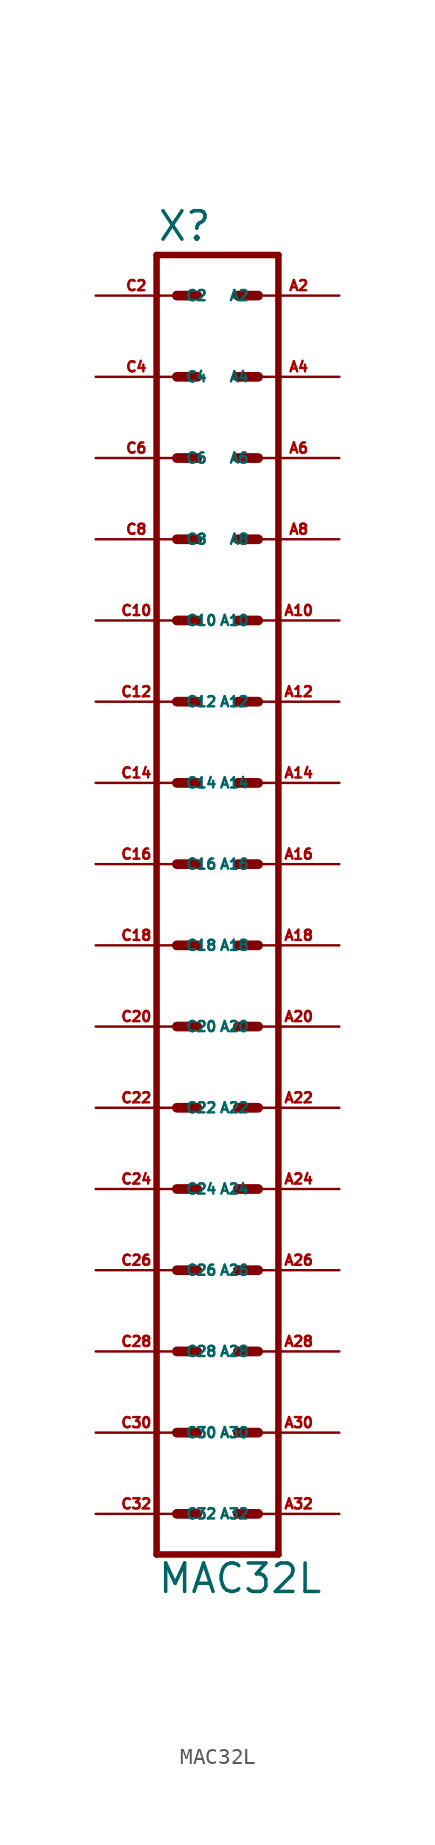
<source format=kicad_sym>
(kicad_symbol_lib
  (version 20220914)
  (generator Eagle2Kicad)
  (symbol "MAC32L"
    (property "Reference" "X"
      (at -3.81 43.942 0)
      (effects (font (size 1.778 1.778) (thickness 0.22)) (justify left bottom)))
    (property "Value" "MAC32L"
      (at -3.81 -40.64 0)
      (effects (font (size 1.778 1.778) (thickness 0.22)) (justify left bottom)))
    (polyline
      (pts (xy 3.81 -38.1) (xy -3.81 -38.1))
      (stroke (width 0.406) (type default))
      (fill (type none)))
    (polyline
      (pts (xy -3.81 43.18) (xy -3.81 -38.1))
      (stroke (width 0.406) (type default))
      (fill (type none)))
    (polyline
      (pts (xy -3.81 43.18) (xy 3.81 43.18))
      (stroke (width 0.406) (type default))
      (fill (type none)))
    (polyline
      (pts (xy 3.81 -38.1) (xy 3.81 43.18))
      (stroke (width 0.406) (type default))
      (fill (type none)))
    (polyline
      (pts (xy -2.54 -35.56) (xy -1.27 -35.56))
      (stroke (width 0.61) (type default))
      (fill (type none)))
    (polyline
      (pts (xy -2.54 -30.48) (xy -1.27 -30.48))
      (stroke (width 0.61) (type default))
      (fill (type none)))
    (polyline
      (pts (xy -2.54 -25.4) (xy -1.27 -25.4))
      (stroke (width 0.61) (type default))
      (fill (type none)))
    (polyline
      (pts (xy -2.54 -20.32) (xy -1.27 -20.32))
      (stroke (width 0.61) (type default))
      (fill (type none)))
    (polyline
      (pts (xy -2.54 -15.24) (xy -1.27 -15.24))
      (stroke (width 0.61) (type default))
      (fill (type none)))
    (polyline
      (pts (xy -2.54 -10.16) (xy -1.27 -10.16))
      (stroke (width 0.61) (type default))
      (fill (type none)))
    (polyline
      (pts (xy -2.54 -5.08) (xy -1.27 -5.08))
      (stroke (width 0.61) (type default))
      (fill (type none)))
    (polyline
      (pts (xy -2.54 0) (xy -1.27 0))
      (stroke (width 0.61) (type default))
      (fill (type none)))
    (polyline
      (pts (xy -2.54 5.08) (xy -1.27 5.08))
      (stroke (width 0.61) (type default))
      (fill (type none)))
    (polyline
      (pts (xy -2.54 10.16) (xy -1.27 10.16))
      (stroke (width 0.61) (type default))
      (fill (type none)))
    (polyline
      (pts (xy -2.54 15.24) (xy -1.27 15.24))
      (stroke (width 0.61) (type default))
      (fill (type none)))
    (polyline
      (pts (xy -2.54 20.32) (xy -1.27 20.32))
      (stroke (width 0.61) (type default))
      (fill (type none)))
    (polyline
      (pts (xy -2.54 25.4) (xy -1.27 25.4))
      (stroke (width 0.61) (type default))
      (fill (type none)))
    (polyline
      (pts (xy -2.54 30.48) (xy -1.27 30.48))
      (stroke (width 0.61) (type default))
      (fill (type none)))
    (polyline
      (pts (xy -2.54 35.56) (xy -1.27 35.56))
      (stroke (width 0.61) (type default))
      (fill (type none)))
    (polyline
      (pts (xy -2.54 40.64) (xy -1.27 40.64))
      (stroke (width 0.61) (type default))
      (fill (type none)))
    (polyline
      (pts (xy 2.54 -35.56) (xy 1.27 -35.56))
      (stroke (width 0.61) (type default))
      (fill (type none)))
    (polyline
      (pts (xy 2.54 -30.48) (xy 1.27 -30.48))
      (stroke (width 0.61) (type default))
      (fill (type none)))
    (polyline
      (pts (xy 2.54 -25.4) (xy 1.27 -25.4))
      (stroke (width 0.61) (type default))
      (fill (type none)))
    (polyline
      (pts (xy 2.54 -20.32) (xy 1.27 -20.32))
      (stroke (width 0.61) (type default))
      (fill (type none)))
    (polyline
      (pts (xy 2.54 -15.24) (xy 1.27 -15.24))
      (stroke (width 0.61) (type default))
      (fill (type none)))
    (polyline
      (pts (xy 2.54 -10.16) (xy 1.27 -10.16))
      (stroke (width 0.61) (type default))
      (fill (type none)))
    (polyline
      (pts (xy 2.54 -5.08) (xy 1.27 -5.08))
      (stroke (width 0.61) (type default))
      (fill (type none)))
    (polyline
      (pts (xy 2.54 0) (xy 1.27 0))
      (stroke (width 0.61) (type default))
      (fill (type none)))
    (polyline
      (pts (xy 2.54 5.08) (xy 1.27 5.08))
      (stroke (width 0.61) (type default))
      (fill (type none)))
    (polyline
      (pts (xy 2.54 10.16) (xy 1.27 10.16))
      (stroke (width 0.61) (type default))
      (fill (type none)))
    (polyline
      (pts (xy 2.54 15.24) (xy 1.27 15.24))
      (stroke (width 0.61) (type default))
      (fill (type none)))
    (polyline
      (pts (xy 2.54 20.32) (xy 1.27 20.32))
      (stroke (width 0.61) (type default))
      (fill (type none)))
    (polyline
      (pts (xy 2.54 25.4) (xy 1.27 25.4))
      (stroke (width 0.61) (type default))
      (fill (type none)))
    (polyline
      (pts (xy 2.54 30.48) (xy 1.27 30.48))
      (stroke (width 0.61) (type default))
      (fill (type none)))
    (polyline
      (pts (xy 2.54 35.56) (xy 1.27 35.56))
      (stroke (width 0.61) (type default))
      (fill (type none)))
    (polyline
      (pts (xy 2.54 40.64) (xy 1.27 40.64))
      (stroke (width 0.61) (type default))
      (fill (type none)))
    (pin passive line
      (at 7.62 40.64 180)
      (length 5.08)
      (name "A2" (effects (font (size 0.635 0.635) (thickness 0.08)) (justify left bottom)))
      (number "A2" (effects (font (size 0.635 0.635) (thickness 0.08)) (justify left bottom))))
    (pin passive line
      (at 7.62 35.56 180)
      (length 5.08)
      (name "A4" (effects (font (size 0.635 0.635) (thickness 0.08)) (justify left bottom)))
      (number "A4" (effects (font (size 0.635 0.635) (thickness 0.08)) (justify left bottom))))
    (pin passive line
      (at 7.62 30.48 180)
      (length 5.08)
      (name "A6" (effects (font (size 0.635 0.635) (thickness 0.08)) (justify left bottom)))
      (number "A6" (effects (font (size 0.635 0.635) (thickness 0.08)) (justify left bottom))))
    (pin passive line
      (at 7.62 25.4 180)
      (length 5.08)
      (name "A8" (effects (font (size 0.635 0.635) (thickness 0.08)) (justify left bottom)))
      (number "A8" (effects (font (size 0.635 0.635) (thickness 0.08)) (justify left bottom))))
    (pin passive line
      (at 7.62 20.32 180)
      (length 5.08)
      (name "A10" (effects (font (size 0.635 0.635) (thickness 0.08)) (justify left bottom)))
      (number "A10" (effects (font (size 0.635 0.635) (thickness 0.08)) (justify left bottom))))
    (pin passive line
      (at 7.62 15.24 180)
      (length 5.08)
      (name "A12" (effects (font (size 0.635 0.635) (thickness 0.08)) (justify left bottom)))
      (number "A12" (effects (font (size 0.635 0.635) (thickness 0.08)) (justify left bottom))))
    (pin passive line
      (at 7.62 10.16 180)
      (length 5.08)
      (name "A14" (effects (font (size 0.635 0.635) (thickness 0.08)) (justify left bottom)))
      (number "A14" (effects (font (size 0.635 0.635) (thickness 0.08)) (justify left bottom))))
    (pin passive line
      (at 7.62 5.08 180)
      (length 5.08)
      (name "A16" (effects (font (size 0.635 0.635) (thickness 0.08)) (justify left bottom)))
      (number "A16" (effects (font (size 0.635 0.635) (thickness 0.08)) (justify left bottom))))
    (pin passive line
      (at 7.62 0 180)
      (length 5.08)
      (name "A18" (effects (font (size 0.635 0.635) (thickness 0.08)) (justify left bottom)))
      (number "A18" (effects (font (size 0.635 0.635) (thickness 0.08)) (justify left bottom))))
    (pin passive line
      (at 7.62 -5.08 180)
      (length 5.08)
      (name "A20" (effects (font (size 0.635 0.635) (thickness 0.08)) (justify left bottom)))
      (number "A20" (effects (font (size 0.635 0.635) (thickness 0.08)) (justify left bottom))))
    (pin passive line
      (at 7.62 -10.16 180)
      (length 5.08)
      (name "A22" (effects (font (size 0.635 0.635) (thickness 0.08)) (justify left bottom)))
      (number "A22" (effects (font (size 0.635 0.635) (thickness 0.08)) (justify left bottom))))
    (pin passive line
      (at 7.62 -15.24 180)
      (length 5.08)
      (name "A24" (effects (font (size 0.635 0.635) (thickness 0.08)) (justify left bottom)))
      (number "A24" (effects (font (size 0.635 0.635) (thickness 0.08)) (justify left bottom))))
    (pin passive line
      (at 7.62 -20.32 180)
      (length 5.08)
      (name "A26" (effects (font (size 0.635 0.635) (thickness 0.08)) (justify left bottom)))
      (number "A26" (effects (font (size 0.635 0.635) (thickness 0.08)) (justify left bottom))))
    (pin passive line
      (at 7.62 -25.4 180)
      (length 5.08)
      (name "A28" (effects (font (size 0.635 0.635) (thickness 0.08)) (justify left bottom)))
      (number "A28" (effects (font (size 0.635 0.635) (thickness 0.08)) (justify left bottom))))
    (pin passive line
      (at 7.62 -30.48 180)
      (length 5.08)
      (name "A30" (effects (font (size 0.635 0.635) (thickness 0.08)) (justify left bottom)))
      (number "A30" (effects (font (size 0.635 0.635) (thickness 0.08)) (justify left bottom))))
    (pin passive line
      (at 7.62 -35.56 180)
      (length 5.08)
      (name "A32" (effects (font (size 0.635 0.635) (thickness 0.08)) (justify left bottom)))
      (number "A32" (effects (font (size 0.635 0.635) (thickness 0.08)) (justify left bottom))))
    (pin passive line
      (at -7.62 40.64 0)
      (length 5.08)
      (name "C2" (effects (font (size 0.635 0.635) (thickness 0.08)) (justify left bottom)))
      (number "C2" (effects (font (size 0.635 0.635) (thickness 0.08)) (justify left bottom))))
    (pin passive line
      (at -7.62 35.56 0)
      (length 5.08)
      (name "C4" (effects (font (size 0.635 0.635) (thickness 0.08)) (justify left bottom)))
      (number "C4" (effects (font (size 0.635 0.635) (thickness 0.08)) (justify left bottom))))
    (pin passive line
      (at -7.62 30.48 0)
      (length 5.08)
      (name "C6" (effects (font (size 0.635 0.635) (thickness 0.08)) (justify left bottom)))
      (number "C6" (effects (font (size 0.635 0.635) (thickness 0.08)) (justify left bottom))))
    (pin passive line
      (at -7.62 25.4 0)
      (length 5.08)
      (name "C8" (effects (font (size 0.635 0.635) (thickness 0.08)) (justify left bottom)))
      (number "C8" (effects (font (size 0.635 0.635) (thickness 0.08)) (justify left bottom))))
    (pin passive line
      (at -7.62 20.32 0)
      (length 5.08)
      (name "C10" (effects (font (size 0.635 0.635) (thickness 0.08)) (justify left bottom)))
      (number "C10" (effects (font (size 0.635 0.635) (thickness 0.08)) (justify left bottom))))
    (pin passive line
      (at -7.62 15.24 0)
      (length 5.08)
      (name "C12" (effects (font (size 0.635 0.635) (thickness 0.08)) (justify left bottom)))
      (number "C12" (effects (font (size 0.635 0.635) (thickness 0.08)) (justify left bottom))))
    (pin passive line
      (at -7.62 10.16 0)
      (length 5.08)
      (name "C14" (effects (font (size 0.635 0.635) (thickness 0.08)) (justify left bottom)))
      (number "C14" (effects (font (size 0.635 0.635) (thickness 0.08)) (justify left bottom))))
    (pin passive line
      (at -7.62 5.08 0)
      (length 5.08)
      (name "C16" (effects (font (size 0.635 0.635) (thickness 0.08)) (justify left bottom)))
      (number "C16" (effects (font (size 0.635 0.635) (thickness 0.08)) (justify left bottom))))
    (pin passive line
      (at -7.62 0 0)
      (length 5.08)
      (name "C18" (effects (font (size 0.635 0.635) (thickness 0.08)) (justify left bottom)))
      (number "C18" (effects (font (size 0.635 0.635) (thickness 0.08)) (justify left bottom))))
    (pin passive line
      (at -7.62 -5.08 0)
      (length 5.08)
      (name "C20" (effects (font (size 0.635 0.635) (thickness 0.08)) (justify left bottom)))
      (number "C20" (effects (font (size 0.635 0.635) (thickness 0.08)) (justify left bottom))))
    (pin passive line
      (at -7.62 -10.16 0)
      (length 5.08)
      (name "C22" (effects (font (size 0.635 0.635) (thickness 0.08)) (justify left bottom)))
      (number "C22" (effects (font (size 0.635 0.635) (thickness 0.08)) (justify left bottom))))
    (pin passive line
      (at -7.62 -15.24 0)
      (length 5.08)
      (name "C24" (effects (font (size 0.635 0.635) (thickness 0.08)) (justify left bottom)))
      (number "C24" (effects (font (size 0.635 0.635) (thickness 0.08)) (justify left bottom))))
    (pin passive line
      (at -7.62 -20.32 0)
      (length 5.08)
      (name "C26" (effects (font (size 0.635 0.635) (thickness 0.08)) (justify left bottom)))
      (number "C26" (effects (font (size 0.635 0.635) (thickness 0.08)) (justify left bottom))))
    (pin passive line
      (at -7.62 -25.4 0)
      (length 5.08)
      (name "C28" (effects (font (size 0.635 0.635) (thickness 0.08)) (justify left bottom)))
      (number "C28" (effects (font (size 0.635 0.635) (thickness 0.08)) (justify left bottom))))
    (pin passive line
      (at -7.62 -30.48 0)
      (length 5.08)
      (name "C30" (effects (font (size 0.635 0.635) (thickness 0.08)) (justify left bottom)))
      (number "C30" (effects (font (size 0.635 0.635) (thickness 0.08)) (justify left bottom))))
    (pin passive line
      (at -7.62 -35.56 0)
      (length 5.08)
      (name "C32" (effects (font (size 0.635 0.635) (thickness 0.08)) (justify left bottom)))
      (number "C32" (effects (font (size 0.635 0.635) (thickness 0.08)) (justify left bottom))))))
</source>
